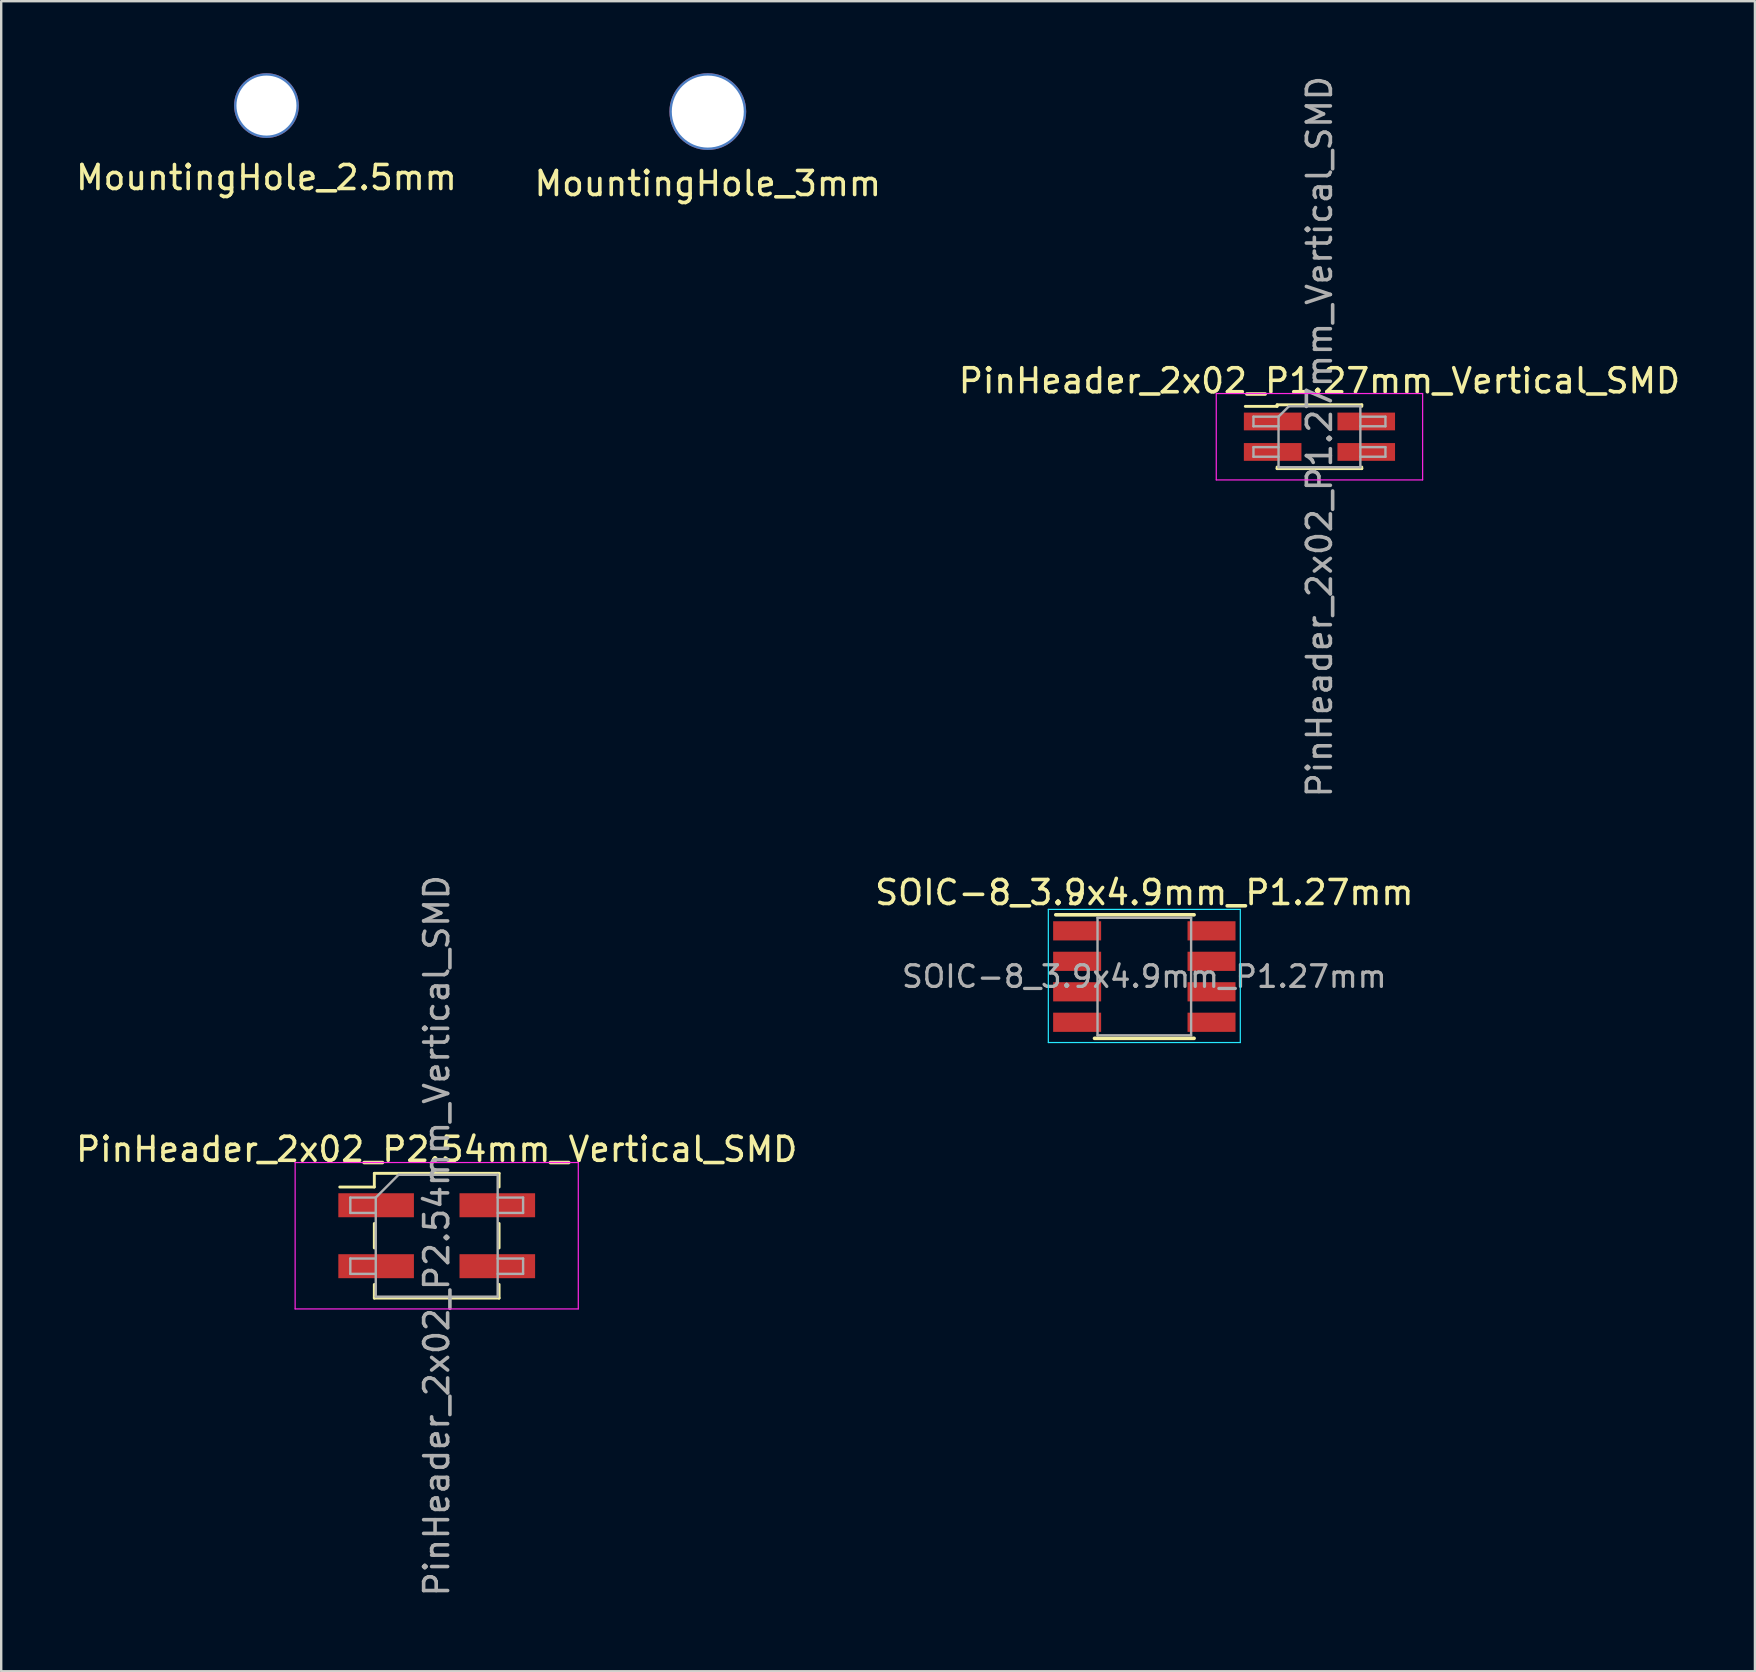
<source format=kicad_pcb>
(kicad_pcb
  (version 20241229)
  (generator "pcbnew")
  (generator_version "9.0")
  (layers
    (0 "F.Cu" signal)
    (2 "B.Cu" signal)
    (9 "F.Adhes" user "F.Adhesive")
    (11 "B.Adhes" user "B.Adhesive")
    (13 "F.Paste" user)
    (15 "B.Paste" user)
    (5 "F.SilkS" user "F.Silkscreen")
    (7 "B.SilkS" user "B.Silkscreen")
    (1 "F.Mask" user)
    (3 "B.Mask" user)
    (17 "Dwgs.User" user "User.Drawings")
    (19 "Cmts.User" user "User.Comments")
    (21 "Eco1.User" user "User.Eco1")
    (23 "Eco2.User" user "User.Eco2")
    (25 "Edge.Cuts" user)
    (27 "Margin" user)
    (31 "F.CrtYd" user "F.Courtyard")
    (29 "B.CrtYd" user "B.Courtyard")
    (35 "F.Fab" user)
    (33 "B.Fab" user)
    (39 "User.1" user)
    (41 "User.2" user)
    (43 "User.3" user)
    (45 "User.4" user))
  (footprint "PinHeader_2x02_P2.54mm_Vertical_SMD"
    (layer "F.Cu")
    (at 15.149 48.446)
    (property "Reference" "PinHeader_2x02_P2.54mm_Vertical_SMD" (at 0 -3.6 0) (layer "F.SilkS") (effects (font (size 1 1) (thickness 0.15))))
    (attr smd)
    (fp_line (start -4.04 -2.03) (end -2.6 -2.03) (stroke (width 0.12) (type solid)) (layer "F.SilkS"))
    (fp_line (start -2.6 -2.6) (end -2.6 -2.03) (stroke (width 0.12) (type solid)) (layer "F.SilkS"))
    (fp_line (start -2.6 -2.6) (end 2.6 -2.6) (stroke (width 0.12) (type solid)) (layer "F.SilkS"))
    (fp_line (start -2.6 -0.51) (end -2.6 0.51) (stroke (width 0.12) (type solid)) (layer "F.SilkS"))
    (fp_line (start -2.6 2.03) (end -2.6 2.6) (stroke (width 0.12) (type solid)) (layer "F.SilkS"))
    (fp_line (start -2.6 2.6) (end 2.6 2.6) (stroke (width 0.12) (type solid)) (layer "F.SilkS"))
    (fp_line (start 2.6 -2.6) (end 2.6 -2.03) (stroke (width 0.12) (type solid)) (layer "F.SilkS"))
    (fp_line (start 2.6 -0.51) (end 2.6 0.51) (stroke (width 0.12) (type solid)) (layer "F.SilkS"))
    (fp_line (start 2.6 2.03) (end 2.6 2.6) (stroke (width 0.12) (type solid)) (layer "F.SilkS"))
    (fp_line (start -5.9 -3.05) (end -5.9 3.05) (stroke (width 0.05) (type solid)) (layer "F.CrtYd"))
    (fp_line (start -5.9 3.05) (end 5.9 3.05) (stroke (width 0.05) (type solid)) (layer "F.CrtYd"))
    (fp_line (start 5.9 -3.05) (end -5.9 -3.05) (stroke (width 0.05) (type solid)) (layer "F.CrtYd"))
    (fp_line (start 5.9 3.05) (end 5.9 -3.05) (stroke (width 0.05) (type solid)) (layer "F.CrtYd"))
    (fp_line (start -3.6 -1.59) (end -3.6 -0.95) (stroke (width 0.1) (type solid)) (layer "F.Fab"))
    (fp_line (start -3.6 -0.95) (end -2.54 -0.95) (stroke (width 0.1) (type solid)) (layer "F.Fab"))
    (fp_line (start -3.6 0.95) (end -3.6 1.59) (stroke (width 0.1) (type solid)) (layer "F.Fab"))
    (fp_line (start -3.6 1.59) (end -2.54 1.59) (stroke (width 0.1) (type solid)) (layer "F.Fab"))
    (fp_line (start -2.54 -1.59) (end -3.6 -1.59) (stroke (width 0.1) (type solid)) (layer "F.Fab"))
    (fp_line (start -2.54 -1.59) (end -1.59 -2.54) (stroke (width 0.1) (type solid)) (layer "F.Fab"))
    (fp_line (start -2.54 0.95) (end -3.6 0.95) (stroke (width 0.1) (type solid)) (layer "F.Fab"))
    (fp_line (start -2.54 2.54) (end -2.54 -1.59) (stroke (width 0.1) (type solid)) (layer "F.Fab"))
    (fp_line (start -1.59 -2.54) (end 2.54 -2.54) (stroke (width 0.1) (type solid)) (layer "F.Fab"))
    (fp_line (start 2.54 -2.54) (end 2.54 2.54) (stroke (width 0.1) (type solid)) (layer "F.Fab"))
    (fp_line (start 2.54 -1.59) (end 3.6 -1.59) (stroke (width 0.1) (type solid)) (layer "F.Fab"))
    (fp_line (start 2.54 0.95) (end 3.6 0.95) (stroke (width 0.1) (type solid)) (layer "F.Fab"))
    (fp_line (start 2.54 2.54) (end -2.54 2.54) (stroke (width 0.1) (type solid)) (layer "F.Fab"))
    (fp_line (start 3.6 -1.59) (end 3.6 -0.95) (stroke (width 0.1) (type solid)) (layer "F.Fab"))
    (fp_line (start 3.6 -0.95) (end 2.54 -0.95) (stroke (width 0.1) (type solid)) (layer "F.Fab"))
    (fp_line (start 3.6 0.95) (end 3.6 1.59) (stroke (width 0.1) (type solid)) (layer "F.Fab"))
    (fp_line (start 3.6 1.59) (end 2.54 1.59) (stroke (width 0.1) (type solid)) (layer "F.Fab"))
    (fp_text user "${REFERENCE}" (at 0 0 90) (layer "F.Fab") (effects (font (size 1 1) (thickness 0.15))))
    (pad "1" smd rect (at -2.525 -1.27) (size 3.15 1) (layers "F.Cu" "F.Mask" "F.Paste"))
    (pad "2" smd rect (at 2.525 -1.27) (size 3.15 1) (layers "F.Cu" "F.Mask" "F.Paste"))
    (pad "3" smd rect (at -2.525 1.27) (size 3.15 1) (layers "F.Cu" "F.Mask" "F.Paste"))
    (pad "4" smd rect (at 2.525 1.27) (size 3.15 1) (layers "F.Cu" "F.Mask" "F.Paste")))
  (footprint "MountingHole_3mm"
    (layer "F.Cu")
    (at 26.446 1.6)
    (property "Reference" "MountingHole_3mm" (at 0 3 0) (layer "F.SilkS") (effects (font (size 1 1) (thickness 0.15))))
    (attr through_hole)
    (pad "" np_thru_hole circle (at 0 0) (size 3.2 3.2) (drill 3) (layers "*.Cu" "*.Mask")))
  (footprint "PinHeader_2x02_P1.27mm_Vertical_SMD"
    (layer "F.Cu")
    (at 51.935 15.149)
    (property "Reference" "PinHeader_2x02_P1.27mm_Vertical_SMD" (at 0 -2.33 0) (layer "F.SilkS") (effects (font (size 1 1) (thickness 0.15))))
    (attr smd)
    (fp_line (start -3.09 -1.265) (end -1.765 -1.265) (stroke (width 0.12) (type solid)) (layer "F.SilkS"))
    (fp_line (start -1.765 -1.33) (end -1.765 -1.265) (stroke (width 0.12) (type solid)) (layer "F.SilkS"))
    (fp_line (start -1.765 -1.33) (end 1.765 -1.33) (stroke (width 0.12) (type solid)) (layer "F.SilkS"))
    (fp_line (start -1.765 1.265) (end -1.765 1.33) (stroke (width 0.12) (type solid)) (layer "F.SilkS"))
    (fp_line (start -1.765 1.33) (end 1.765 1.33) (stroke (width 0.12) (type solid)) (layer "F.SilkS"))
    (fp_line (start 1.765 -1.33) (end 1.765 -1.265) (stroke (width 0.12) (type solid)) (layer "F.SilkS"))
    (fp_line (start 1.765 1.265) (end 1.765 1.33) (stroke (width 0.12) (type solid)) (layer "F.SilkS"))
    (fp_line (start -4.3 -1.8) (end -4.3 1.8) (stroke (width 0.05) (type solid)) (layer "F.CrtYd"))
    (fp_line (start -4.3 1.8) (end 4.3 1.8) (stroke (width 0.05) (type solid)) (layer "F.CrtYd"))
    (fp_line (start 4.3 -1.8) (end -4.3 -1.8) (stroke (width 0.05) (type solid)) (layer "F.CrtYd"))
    (fp_line (start 4.3 1.8) (end 4.3 -1.8) (stroke (width 0.05) (type solid)) (layer "F.CrtYd"))
    (fp_line (start -2.75 -0.835) (end -2.75 -0.435) (stroke (width 0.1) (type solid)) (layer "F.Fab"))
    (fp_line (start -2.75 -0.435) (end -1.705 -0.435) (stroke (width 0.1) (type solid)) (layer "F.Fab"))
    (fp_line (start -2.75 0.435) (end -2.75 0.835) (stroke (width 0.1) (type solid)) (layer "F.Fab"))
    (fp_line (start -2.75 0.835) (end -1.705 0.835) (stroke (width 0.1) (type solid)) (layer "F.Fab"))
    (fp_line (start -1.705 -0.835) (end -2.75 -0.835) (stroke (width 0.1) (type solid)) (layer "F.Fab"))
    (fp_line (start -1.705 -0.835) (end -1.27 -1.27) (stroke (width 0.1) (type solid)) (layer "F.Fab"))
    (fp_line (start -1.705 0.435) (end -2.75 0.435) (stroke (width 0.1) (type solid)) (layer "F.Fab"))
    (fp_line (start -1.705 1.27) (end -1.705 -0.835) (stroke (width 0.1) (type solid)) (layer "F.Fab"))
    (fp_line (start -1.27 -1.27) (end 1.705 -1.27) (stroke (width 0.1) (type solid)) (layer "F.Fab"))
    (fp_line (start 1.705 -1.27) (end 1.705 1.27) (stroke (width 0.1) (type solid)) (layer "F.Fab"))
    (fp_line (start 1.705 -0.835) (end 2.75 -0.835) (stroke (width 0.1) (type solid)) (layer "F.Fab"))
    (fp_line (start 1.705 0.435) (end 2.75 0.435) (stroke (width 0.1) (type solid)) (layer "F.Fab"))
    (fp_line (start 1.705 1.27) (end -1.705 1.27) (stroke (width 0.1) (type solid)) (layer "F.Fab"))
    (fp_line (start 2.75 -0.835) (end 2.75 -0.435) (stroke (width 0.1) (type solid)) (layer "F.Fab"))
    (fp_line (start 2.75 -0.435) (end 1.705 -0.435) (stroke (width 0.1) (type solid)) (layer "F.Fab"))
    (fp_line (start 2.75 0.435) (end 2.75 0.835) (stroke (width 0.1) (type solid)) (layer "F.Fab"))
    (fp_line (start 2.75 0.835) (end 1.705 0.835) (stroke (width 0.1) (type solid)) (layer "F.Fab"))
    (fp_text user "${REFERENCE}" (at 0 0 90) (layer "F.Fab") (effects (font (size 1 1) (thickness 0.15))))
    (pad "1" smd rect (at -1.95 -0.635) (size 2.4 0.74) (layers "F.Cu" "F.Mask" "F.Paste"))
    (pad "2" smd rect (at 1.95 -0.635) (size 2.4 0.74) (layers "F.Cu" "F.Mask" "F.Paste"))
    (pad "3" smd rect (at -1.95 0.635) (size 2.4 0.74) (layers "F.Cu" "F.Mask" "F.Paste"))
    (pad "4" smd rect (at 1.95 0.635) (size 2.4 0.74) (layers "F.Cu" "F.Mask" "F.Paste")))
  (footprint "SOIC-8_3.9x4.9mm_P1.27mm"
    (layer "F.Cu")
    (at 44.637 37.646)
    (property "Reference" "SOIC-8_3.9x4.9mm_P1.27mm" (at 0 -3.5 0) (layer "F.SilkS") (effects (font (size 1 1) (thickness 0.15))))
    (attr smd)
    (fp_line (start -3.69 -2.575) (end 2.075 -2.575) (stroke (width 0.15) (type solid)) (layer "F.SilkS"))
    (fp_line (start -2.075 2.575) (end 2.075 2.575) (stroke (width 0.15) (type solid)) (layer "F.SilkS"))
    (fp_circle (center -2.87 -3.23) (end -2.67 -3.23) (stroke (width 0.12) (type solid)) (fill no) (layer "F.SilkS"))
    (fp_line (start -4 -2.8) (end 4 -2.8) (stroke (width 0.05) (type solid)) (layer "B.CrtYd"))
    (fp_line (start -4 2.75) (end -4 -2.8) (stroke (width 0.05) (type solid)) (layer "B.CrtYd"))
    (fp_line (start 4 -2.8) (end 4 2.75) (stroke (width 0.05) (type solid)) (layer "B.CrtYd"))
    (fp_line (start 4 2.75) (end -4 2.75) (stroke (width 0.05) (type solid)) (layer "B.CrtYd"))
    (fp_line (start -1.95 -2.45) (end -1.95 2.45) (stroke (width 0.1) (type solid)) (layer "F.Fab"))
    (fp_line (start -1.95 -2.45) (end 1.95 -2.45) (stroke (width 0.1) (type solid)) (layer "F.Fab"))
    (fp_line (start -1.95 2.45) (end 1.95 2.45) (stroke (width 0.1) (type solid)) (layer "F.Fab"))
    (fp_line (start 1.95 -2.45) (end 1.95 2.45) (stroke (width 0.1) (type solid)) (layer "F.Fab"))
    (fp_text user "${REFERENCE}" (at 0 0 0) (layer "F.Fab") (effects (font (size 0.9 0.9) (thickness 0.135))))
    (pad "1" smd rect (at -2.8 -1.905) (size 2 0.8) (layers "F.Cu" "F.Mask" "F.Paste"))
    (pad "2" smd rect (at -2.8 -0.635) (size 2 0.8) (layers "F.Cu" "F.Mask" "F.Paste"))
    (pad "3" smd rect (at -2.8 0.635) (size 2 0.8) (layers "F.Cu" "F.Mask" "F.Paste"))
    (pad "4" smd rect (at -2.8 1.905) (size 2 0.8) (layers "F.Cu" "F.Mask" "F.Paste"))
    (pad "5" smd rect (at 2.8 1.905) (size 2 0.8) (layers "F.Cu" "F.Mask" "F.Paste"))
    (pad "6" smd rect (at 2.8 0.635) (size 2 0.8) (layers "F.Cu" "F.Mask" "F.Paste"))
    (pad "7" smd rect (at 2.8 -0.635) (size 2 0.8) (layers "F.Cu" "F.Mask" "F.Paste"))
    (pad "8" smd rect (at 2.8 -1.905) (size 2 0.8) (layers "F.Cu" "F.Mask" "F.Paste")))
  (footprint "MountingHole_2.5mm"
    (layer "F.Cu")
    (at 8.054 1.35)
    (property "Reference" "MountingHole_2.5mm" (at 0 3 0) (layer "F.SilkS") (effects (font (size 1 1) (thickness 0.15))))
    (attr through_hole)
    (pad "" np_thru_hole circle (at 0 0) (size 2.7 2.7) (drill 2.5) (layers "*.Cu" "*.Mask")))
  (gr_rect
    (start -3 -3)
    (end 70.083 66.595)
    (stroke (width 0.1) (type default))
    (fill no)
    (layer "Edge.Cuts")))
</source>
